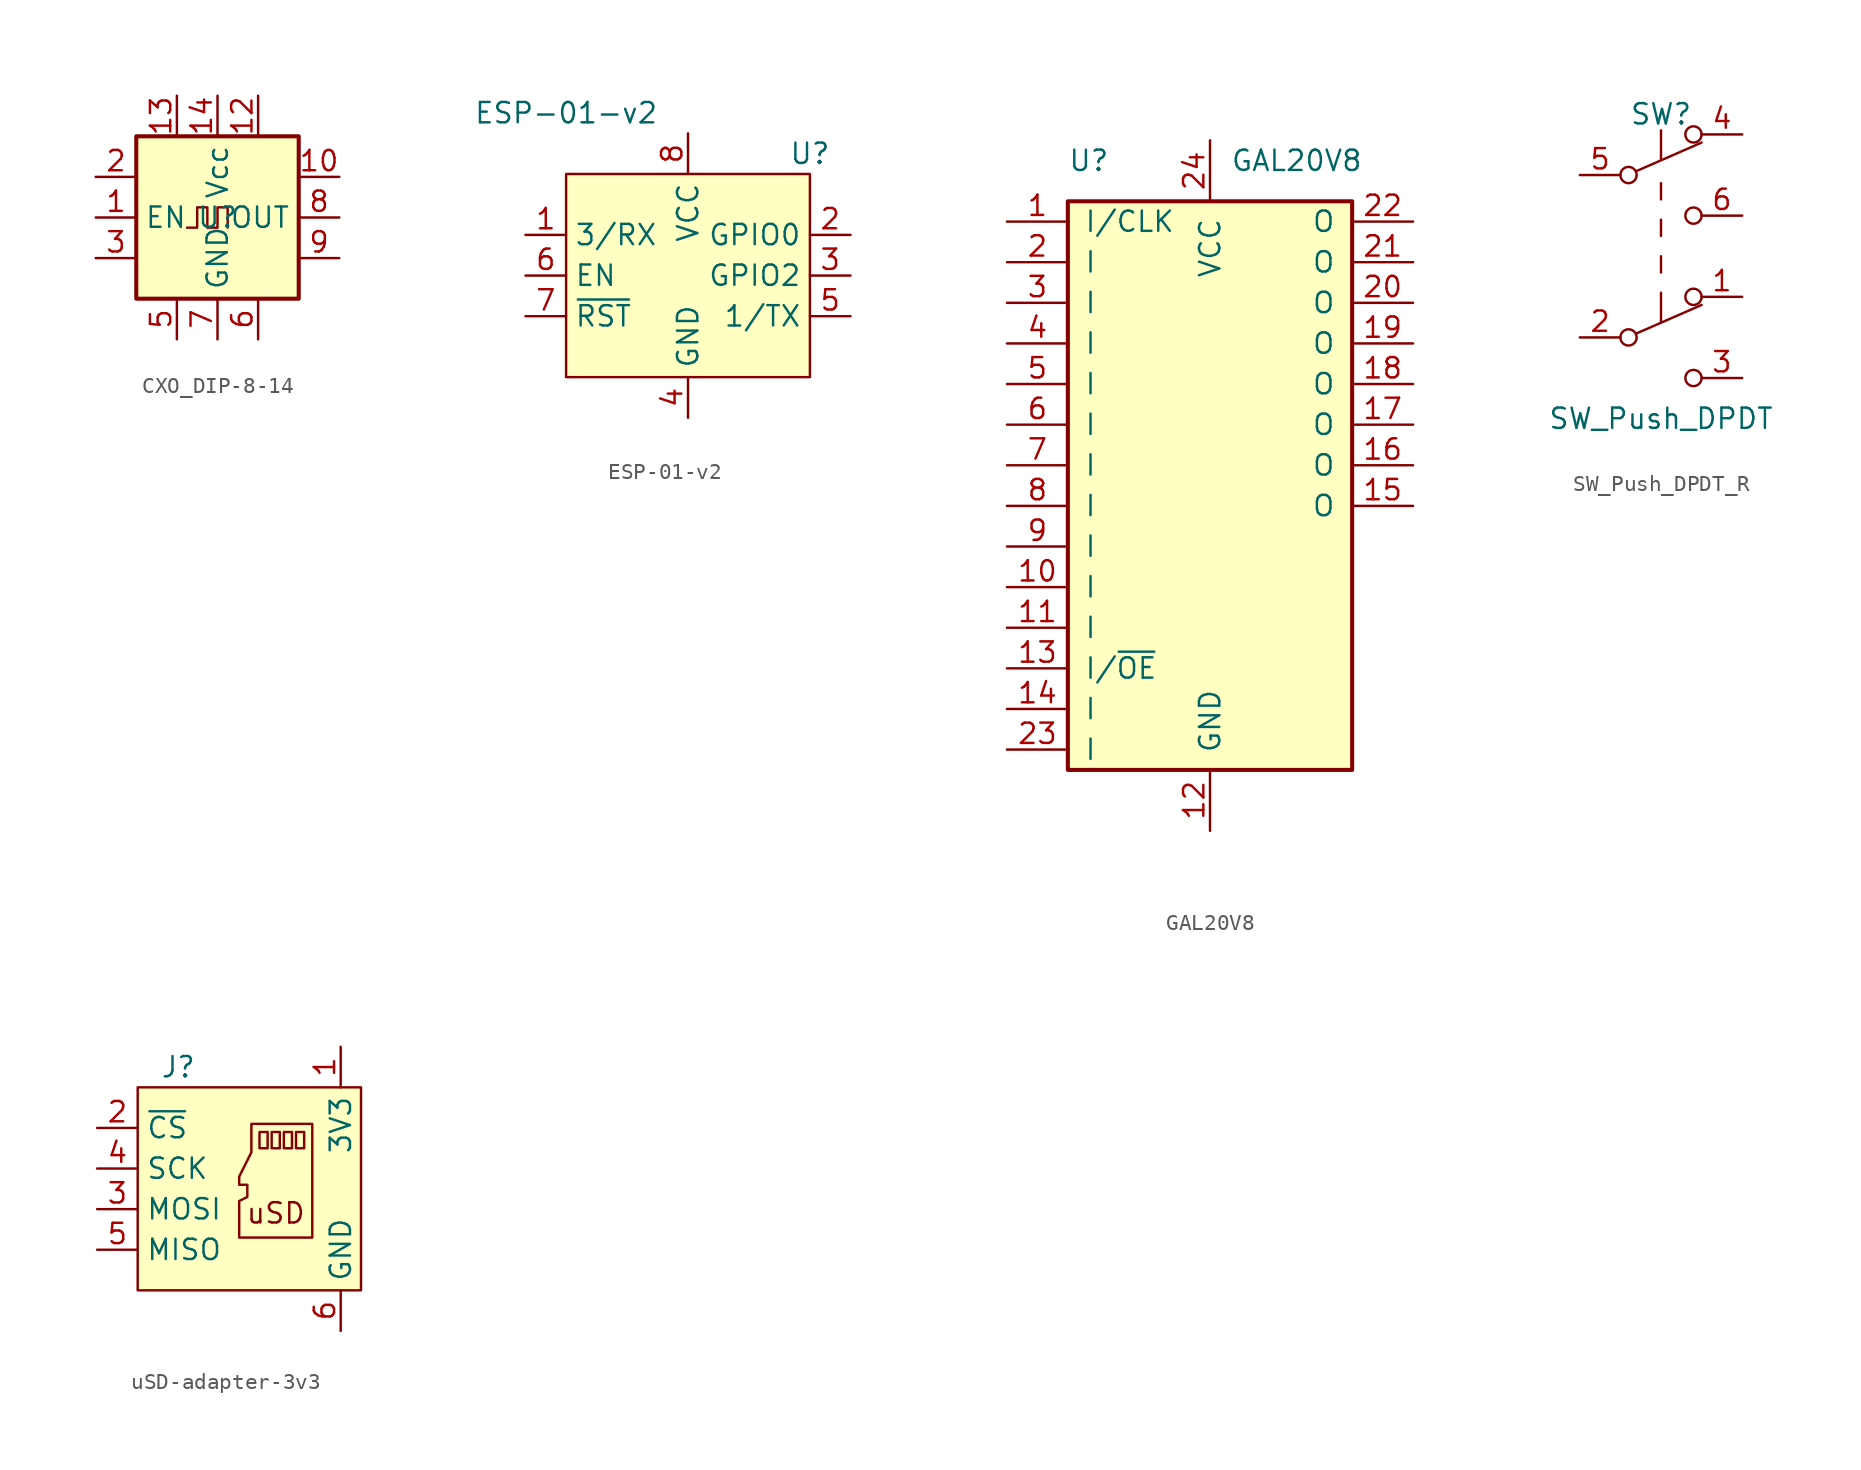
<source format=kicad_sym>
(kicad_symbol_lib
  (version 20220914)
  (generator kicad_symbol_editor)
  (symbol "CXO_DIP-8-14"
    (property "Reference" "U"
      (at 0 0 0)
      (effects (font (size 1.27 1.27))))
    (property "Value" ""
      (at 0 0 0)
      (effects (font (size 1.27 1.27))))
    (symbol "CXO_DIP-8-14_0_1"
      (rectangle (start -5.08 5.08) (end 5.08 -5.08) (stroke (width 0.254) (type default)) (fill (type background)))
      (polyline (pts (xy -1.905 -0.635) (xy -1.27 -0.635) (xy -1.27 0.635) (xy -0.635 0.635) (xy -0.635 -0.635) (xy 0 -0.635) (xy 0 0.635) (xy 0.635 0.635) (xy 0.635 -0.635)) (stroke (width 0) (type default)) (fill (type none))))
    (symbol "CXO_DIP-8-14_1_1"
      (pin input line (at -7.62 0 0) (length 2.54) (name "EN" (effects (font (size 1.27 1.27)))) (number "1" (effects (font (size 1.27 1.27)))))
      (pin passive line (at 7.62 2.54 180) (length 2.54) (name "" (effects (font (size 1.27 1.27)))) (number "10" (effects (font (size 1.27 1.27)))))
      (pin passive line (at 2.54 7.62 270) (length 2.54) (name "" (effects (font (size 1.27 1.27)))) (number "12" (effects (font (size 1.27 1.27)))))
      (pin passive line (at -2.54 7.62 270) (length 2.54) (name "" (effects (font (size 1.27 1.27)))) (number "13" (effects (font (size 1.27 1.27)))))
      (pin power_in line (at 0 7.62 270) (length 2.54) (name "Vcc" (effects (font (size 1.27 1.27)))) (number "14" (effects (font (size 1.27 1.27)))))
      (pin passive line (at -7.62 2.54 0) (length 2.54) (name "" (effects (font (size 1.27 1.27)))) (number "2" (effects (font (size 1.27 1.27)))))
      (pin passive line (at -7.62 -2.54 0) (length 2.54) (name "" (effects (font (size 1.27 1.27)))) (number "3" (effects (font (size 1.27 1.27)))))
      (pin passive line (at -2.54 -7.62 90) (length 2.54) (name "" (effects (font (size 1.27 1.27)))) (number "5" (effects (font (size 1.27 1.27)))))
      (pin passive line (at 2.54 -7.62 90) (length 2.54) (name "" (effects (font (size 1.27 1.27)))) (number "6" (effects (font (size 1.27 1.27)))))
      (pin power_in line (at 0 -7.62 90) (length 2.54) (name "GND" (effects (font (size 1.27 1.27)))) (number "7" (effects (font (size 1.27 1.27)))))
      (pin output line (at 7.62 0 180) (length 2.54) (name "OUT" (effects (font (size 1.27 1.27)))) (number "8" (effects (font (size 1.27 1.27)))))
      (pin passive line (at 7.62 -2.54 180) (length 2.54) (name "" (effects (font (size 1.27 1.27)))) (number "9" (effects (font (size 1.27 1.27)))))))
  (symbol "ESP-01-v2"
    (property "Reference" "U"
      (at 7.62 7.62 0)
      (effects (font (size 1.27 1.27))))
    (property "Value" "ESP-01-v2"
      (at -7.62 10.16 0)
      (effects (font (size 1.27 1.27))))
    (symbol "ESP-01-v2_1_1"
      (rectangle (start -7.62 6.35) (end 7.62 -6.35) (stroke (width 0) (type default)) (fill (type background)))
      (pin input line (at -10.16 2.54 0) (length 2.54) (name "3/RX" (effects (font (size 1.27 1.27)))) (number "1" (effects (font (size 1.27 1.27)))))
      (pin bidirectional line (at 10.16 2.54 180) (length 2.54) (name "GPIO0" (effects (font (size 1.27 1.27)))) (number "2" (effects (font (size 1.27 1.27)))))
      (pin bidirectional line (at 10.16 0 180) (length 2.54) (name "GPIO2" (effects (font (size 1.27 1.27)))) (number "3" (effects (font (size 1.27 1.27)))))
      (pin power_in line (at 0 -8.89 90) (length 2.54) (name "GND" (effects (font (size 1.27 1.27)))) (number "4" (effects (font (size 1.27 1.27)))))
      (pin output line (at 10.16 -2.54 180) (length 2.54) (name "1/TX" (effects (font (size 1.27 1.27)))) (number "5" (effects (font (size 1.27 1.27)))))
      (pin input line (at -10.16 0 0) (length 2.54) (name "EN" (effects (font (size 1.27 1.27)))) (number "6" (effects (font (size 1.27 1.27)))))
      (pin input line (at -10.16 -2.54 0) (length 2.54) (name "~{RST}" (effects (font (size 1.27 1.27)))) (number "7" (effects (font (size 1.27 1.27)))))
      (pin power_in line (at 0 8.89 270) (length 2.54) (name "VCC" (effects (font (size 1.27 1.27)))) (number "8" (effects (font (size 1.27 1.27)))))))
  (symbol "GAL20V8"
    (pin_names
      (offset 1.016))
    (property "Reference" "U"
      (at -8.89 16.51 0)
      (effects (font (size 1.27 1.27)) (justify left)))
    (property "Value" "GAL20V8"
      (at 1.27 16.51 0)
      (effects (font (size 1.27 1.27)) (justify left)))
    (symbol "GAL20V8_0_1"
      (rectangle (start -8.89 13.97) (end 8.89 -21.59) (stroke (width 0.254) (type default)) (fill (type background))))
    (symbol "GAL20V8_1_0"
      (pin power_in line (at 0 -25.4 90) (length 3.81) (name "GND" (effects (font (size 1.27 1.27)))) (number "12" (effects (font (size 1.27 1.27)))))
      (pin power_in line (at 0 17.78 270) (length 3.81) (name "VCC" (effects (font (size 1.27 1.27)))) (number "24" (effects (font (size 1.27 1.27))))))
    (symbol "GAL20V8_1_1"
      (pin input line (at -12.7 12.7 0) (length 3.81) (name "I/CLK" (effects (font (size 1.27 1.27)))) (number "1" (effects (font (size 1.27 1.27)))))
      (pin input line (at -12.7 -10.16 0) (length 3.81) (name "I" (effects (font (size 1.27 1.27)))) (number "10" (effects (font (size 1.27 1.27)))))
      (pin input line (at -12.7 -12.7 0) (length 3.81) (name "I" (effects (font (size 1.27 1.27)))) (number "11" (effects (font (size 1.27 1.27)))))
      (pin input line (at -12.7 -15.24 0) (length 3.81) (name "I/~{OE}" (effects (font (size 1.27 1.27)))) (number "13" (effects (font (size 1.27 1.27)))))
      (pin input line (at -12.7 -17.78 0) (length 3.81) (name "I" (effects (font (size 1.27 1.27)))) (number "14" (effects (font (size 1.27 1.27)))))
      (pin tri_state line (at 12.7 -5.08 180) (length 3.81) (name "O" (effects (font (size 1.27 1.27)))) (number "15" (effects (font (size 1.27 1.27)))))
      (pin tri_state line (at 12.7 -2.54 180) (length 3.81) (name "O" (effects (font (size 1.27 1.27)))) (number "16" (effects (font (size 1.27 1.27)))))
      (pin tri_state line (at 12.7 0 180) (length 3.81) (name "O" (effects (font (size 1.27 1.27)))) (number "17" (effects (font (size 1.27 1.27)))))
      (pin tri_state line (at 12.7 2.54 180) (length 3.81) (name "O" (effects (font (size 1.27 1.27)))) (number "18" (effects (font (size 1.27 1.27)))))
      (pin tri_state line (at 12.7 5.08 180) (length 3.81) (name "O" (effects (font (size 1.27 1.27)))) (number "19" (effects (font (size 1.27 1.27)))))
      (pin input line (at -12.7 10.16 0) (length 3.81) (name "I" (effects (font (size 1.27 1.27)))) (number "2" (effects (font (size 1.27 1.27)))))
      (pin tri_state line (at 12.7 7.62 180) (length 3.81) (name "O" (effects (font (size 1.27 1.27)))) (number "20" (effects (font (size 1.27 1.27)))))
      (pin tri_state line (at 12.7 10.16 180) (length 3.81) (name "O" (effects (font (size 1.27 1.27)))) (number "21" (effects (font (size 1.27 1.27)))))
      (pin tri_state line (at 12.7 12.7 180) (length 3.81) (name "O" (effects (font (size 1.27 1.27)))) (number "22" (effects (font (size 1.27 1.27)))))
      (pin input line (at -12.7 -20.32 0) (length 3.81) (name "I" (effects (font (size 1.27 1.27)))) (number "23" (effects (font (size 1.27 1.27)))))
      (pin input line (at -12.7 7.62 0) (length 3.81) (name "I" (effects (font (size 1.27 1.27)))) (number "3" (effects (font (size 1.27 1.27)))))
      (pin input line (at -12.7 5.08 0) (length 3.81) (name "I" (effects (font (size 1.27 1.27)))) (number "4" (effects (font (size 1.27 1.27)))))
      (pin input line (at -12.7 2.54 0) (length 3.81) (name "I" (effects (font (size 1.27 1.27)))) (number "5" (effects (font (size 1.27 1.27)))))
      (pin input line (at -12.7 0 0) (length 3.81) (name "I" (effects (font (size 1.27 1.27)))) (number "6" (effects (font (size 1.27 1.27)))))
      (pin input line (at -12.7 -2.54 0) (length 3.81) (name "I" (effects (font (size 1.27 1.27)))) (number "7" (effects (font (size 1.27 1.27)))))
      (pin input line (at -12.7 -5.08 0) (length 3.81) (name "I" (effects (font (size 1.27 1.27)))) (number "8" (effects (font (size 1.27 1.27)))))
      (pin input line (at -12.7 -7.62 0) (length 3.81) (name "I" (effects (font (size 1.27 1.27)))) (number "9" (effects (font (size 1.27 1.27)))))))
  (symbol "SW_Push_DPDT_R"
    (pin_names
      (offset 0) hide)
    (property "Reference" "SW"
      (at 0 8.89 0)
      (effects (font (size 1.27 1.27))))
    (property "Value" "SW_Push_DPDT"
      (at 0 -10.16 0)
      (effects (font (size 1.27 1.27))))
    (symbol "SW_Push_DPDT_R_0_0"
      (circle (center -2.032 -5.08) (radius 0.508) (stroke (width 0) (type default)) (fill (type none)))
      (circle (center -2.032 5.08) (radius 0.508) (stroke (width 0) (type default)) (fill (type none)))
      (circle (center 2.032 -7.62) (radius 0.508) (stroke (width 0) (type default)) (fill (type none)))
      (circle (center 2.032 2.54) (radius 0.508) (stroke (width 0) (type default)) (fill (type none))))
    (symbol "SW_Push_DPDT_R_0_1"
      (polyline (pts (xy -1.524 -4.826) (xy 2.54 -3.048)) (stroke (width 0) (type default)) (fill (type none)))
      (polyline (pts (xy -1.524 5.334) (xy 2.54 7.112)) (stroke (width 0) (type default)) (fill (type none)))
      (polyline (pts (xy 0 -2.286) (xy 0 -4.064)) (stroke (width 0) (type default)) (fill (type none)))
      (polyline (pts (xy 0 -1.016) (xy 0 0)) (stroke (width 0) (type default)) (fill (type none)))
      (polyline (pts (xy 0 1.27) (xy 0 2.286)) (stroke (width 0) (type default)) (fill (type none)))
      (polyline (pts (xy 0 3.556) (xy 0 4.572)) (stroke (width 0) (type default)) (fill (type none)))
      (polyline (pts (xy 0 7.874) (xy 0 6.096)) (stroke (width 0) (type default)) (fill (type none)))
      (circle (center 2.032 -2.54) (radius 0.508) (stroke (width 0) (type default)) (fill (type none)))
      (circle (center 2.032 7.62) (radius 0.508) (stroke (width 0) (type default)) (fill (type none))))
    (symbol "SW_Push_DPDT_R_1_1"
      (pin passive line (at 5.08 -2.54 180) (length 2.54) (name "A" (effects (font (size 1.27 1.27)))) (number "1" (effects (font (size 1.27 1.27)))))
      (pin passive line (at -5.08 -5.08 0) (length 2.54) (name "B" (effects (font (size 1.27 1.27)))) (number "2" (effects (font (size 1.27 1.27)))))
      (pin passive line (at 5.08 -7.62 180) (length 2.54) (name "C" (effects (font (size 1.27 1.27)))) (number "3" (effects (font (size 1.27 1.27)))))
      (pin passive line (at 5.08 7.62 180) (length 2.54) (name "A" (effects (font (size 1.27 1.27)))) (number "4" (effects (font (size 1.27 1.27)))))
      (pin passive line (at -5.08 5.08 0) (length 2.54) (name "B" (effects (font (size 1.27 1.27)))) (number "5" (effects (font (size 1.27 1.27)))))
      (pin passive line (at 5.08 2.54 180) (length 2.54) (name "C" (effects (font (size 1.27 1.27)))) (number "6" (effects (font (size 1.27 1.27)))))))
  (symbol "uSD-adapter-3v3"
    (property "Reference" "J"
      (at -5.08 7.62 0)
      (effects (font (size 1.27 1.27))))
    (property "Value" ""
      (at -3.81 3.81 0)
      (effects (font (size 1.27 1.27))))
    (symbol "uSD-adapter-3v3_0_1"
      (polyline (pts (xy 0 3.556) (xy 0 2.54) (xy 0.508 2.54) (xy 0.508 3.556) (xy 0 3.556)) (stroke (width 0) (type default)) (fill (type none)))
      (polyline (pts (xy 0.762 3.556) (xy 0.762 2.54) (xy 1.27 2.54) (xy 1.27 3.556) (xy 0.762 3.556)) (stroke (width 0) (type default)) (fill (type none)))
      (polyline (pts (xy 1.524 3.556) (xy 1.524 2.54) (xy 2.032 2.54) (xy 2.032 3.556) (xy 1.524 3.556)) (stroke (width 0) (type default)) (fill (type none)))
      (polyline (pts (xy 2.286 3.556) (xy 2.286 2.54) (xy 2.794 2.54) (xy 2.794 3.556) (xy 2.286 3.556)) (stroke (width 0) (type default)) (fill (type none)))
      (polyline (pts (xy 0.508 4.064) (xy 3.302 4.064) (xy 3.302 -3.048) (xy -1.27 -3.048) (xy -1.27 -0.762) (xy -0.762 -0.508) (xy -0.762 0.254) (xy -1.27 0.254) (xy -1.27 0.762) (xy -0.508 2.286) (xy -0.508 4.064) (xy 0.508 4.064)) (stroke (width 0) (type default)) (fill (type none))))
    (symbol "uSD-adapter-3v3_1_1"
      (rectangle (start -7.62 6.35) (end 6.35 -6.35) (stroke (width 0) (type default)) (fill (type background)))
      (text "uSD" (at 1.016 -1.524 0) (effects (font (size 1.27 1.27))))
      (pin power_in line (at 5.08 8.89 270) (length 2.54) (name "3V3" (effects (font (size 1.27 1.27)))) (number "1" (effects (font (size 1.27 1.27)))))
      (pin input line (at -10.16 3.81 0) (length 2.54) (name "~{CS}" (effects (font (size 1.27 1.27)))) (number "2" (effects (font (size 1.27 1.27)))))
      (pin input line (at -10.16 -1.27 0) (length 2.54) (name "MOSI" (effects (font (size 1.27 1.27)))) (number "3" (effects (font (size 1.27 1.27)))))
      (pin input line (at -10.16 1.27 0) (length 2.54) (name "SCK" (effects (font (size 1.27 1.27)))) (number "4" (effects (font (size 1.27 1.27)))))
      (pin output line (at -10.16 -3.81 0) (length 2.54) (name "MISO" (effects (font (size 1.27 1.27)))) (number "5" (effects (font (size 1.27 1.27)))))
      (pin power_in line (at 5.08 -8.89 90) (length 2.54) (name "GND" (effects (font (size 1.27 1.27)))) (number "6" (effects (font (size 1.27 1.27))))))))
</source>
